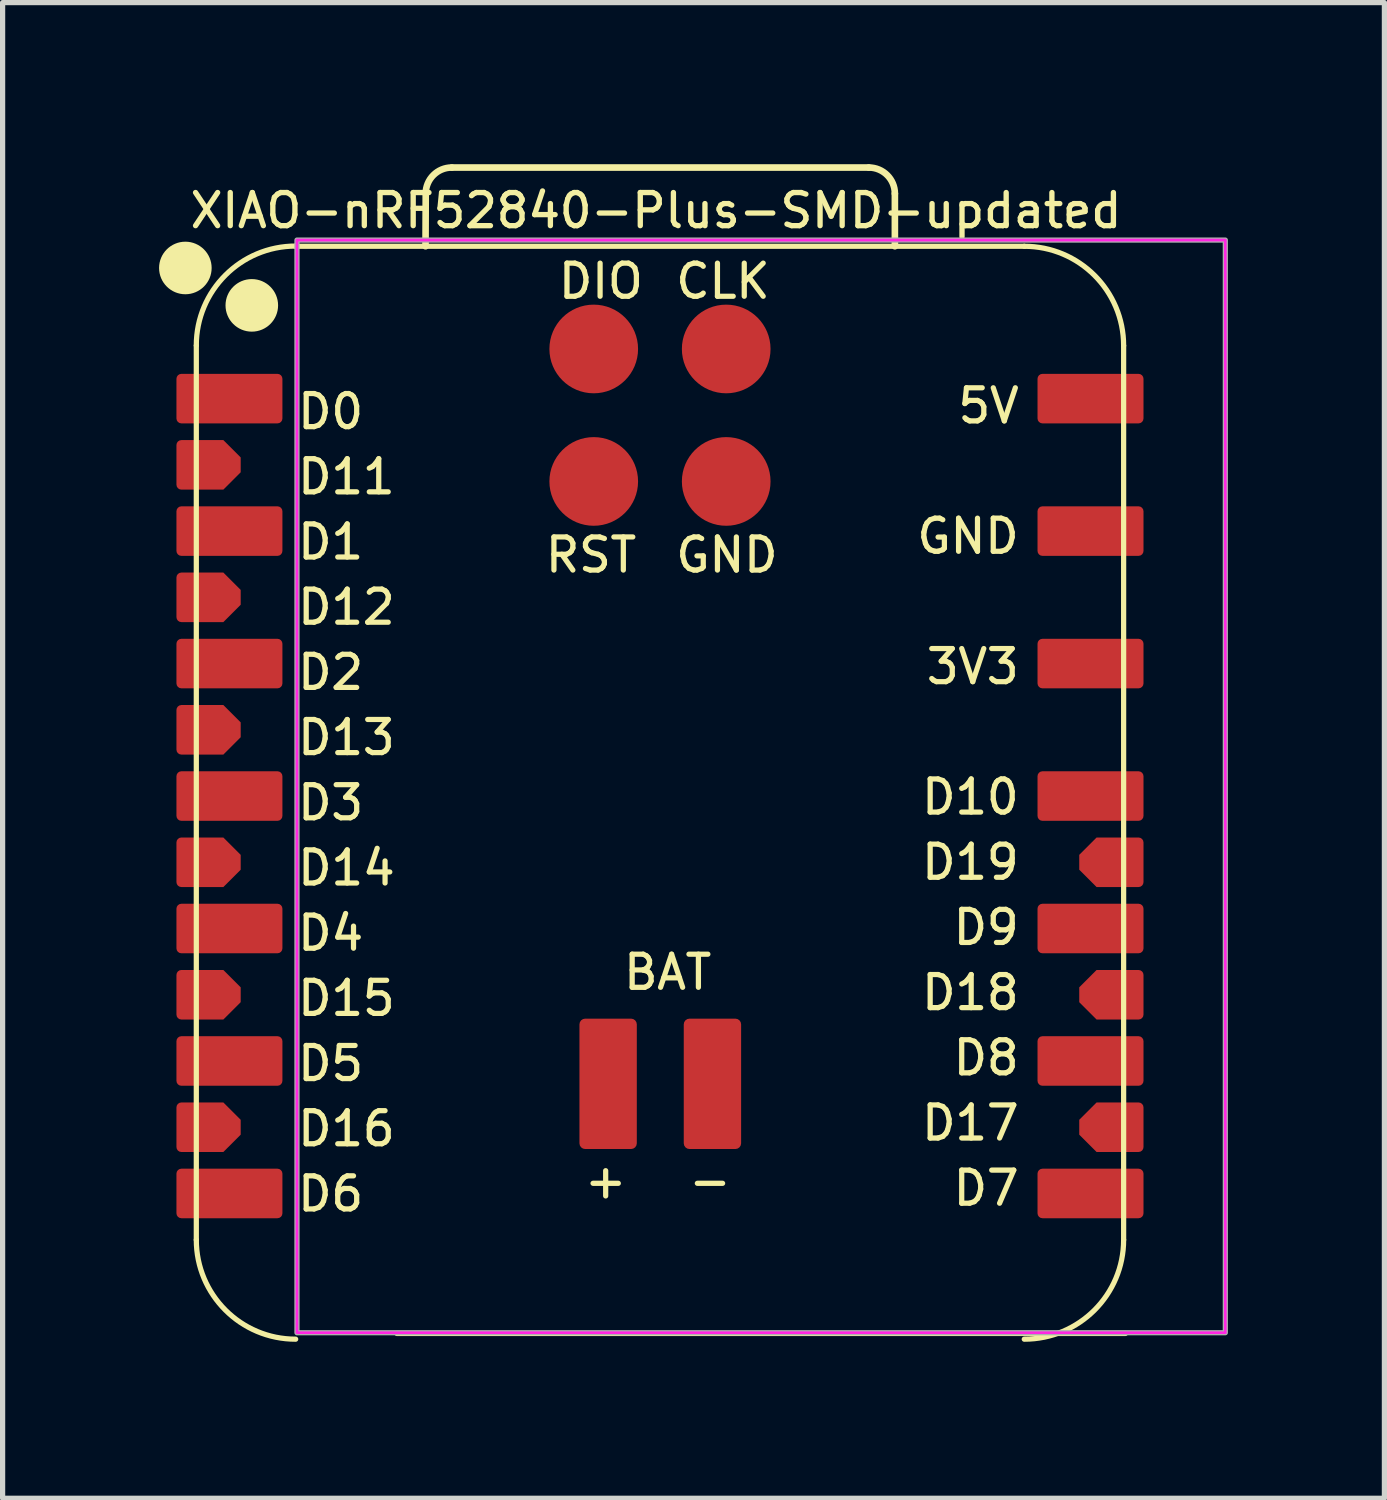
<source format=kicad_pcb>
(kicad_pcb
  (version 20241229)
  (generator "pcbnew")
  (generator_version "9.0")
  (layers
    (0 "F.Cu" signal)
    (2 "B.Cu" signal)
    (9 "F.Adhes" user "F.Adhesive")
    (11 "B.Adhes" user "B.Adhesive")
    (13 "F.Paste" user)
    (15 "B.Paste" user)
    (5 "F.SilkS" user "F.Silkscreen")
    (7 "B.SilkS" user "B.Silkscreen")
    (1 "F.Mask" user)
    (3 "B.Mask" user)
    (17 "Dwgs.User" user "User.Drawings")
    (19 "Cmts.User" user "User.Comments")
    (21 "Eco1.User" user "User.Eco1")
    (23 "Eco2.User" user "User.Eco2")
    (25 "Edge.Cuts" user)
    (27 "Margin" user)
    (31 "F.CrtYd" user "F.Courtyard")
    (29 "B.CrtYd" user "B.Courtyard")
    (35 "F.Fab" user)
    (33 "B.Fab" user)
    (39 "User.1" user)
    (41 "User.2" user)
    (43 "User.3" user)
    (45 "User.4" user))
  (footprint "XIAO-nRF52840-Plus-SMD-updated"
    (layer "F.Cu")
    (at 8.604 11.213)
    (property "Reference" "XIAO-nRF52840-Plus-SMD-updated" (at 0.925 -10.225 0) (unlocked yes) (layer "F.SilkS") (effects (font (size 0.635 0.635) (thickness 0.102))))
    (attr smd)
    (fp_line (start -7.89 9.509) (end -7.89 -7.636) (stroke (width 0.1) (type solid)) (layer "F.SilkS"))
    (fp_line (start -4.045 11.304) (end 9.925 11.304) (stroke (width 0.1) (type solid)) (layer "F.SilkS"))
    (fp_line (start -3.495 -9.541) (end -3.491 -10.551) (stroke (width 0.127) (type solid)) (layer "F.SilkS"))
    (fp_line (start -2.991 -11.051) (end 5.004 -11.051) (stroke (width 0.127) (type solid)) (layer "F.SilkS"))
    (fp_line (start 5.504 -10.551) (end 5.504 -9.541) (stroke (width 0.127) (type solid)) (layer "F.SilkS"))
    (fp_line (start 7.985 -9.541) (end -5.985 -9.541) (stroke (width 0.1) (type solid)) (layer "F.SilkS"))
    (fp_line (start 9.89 9.509) (end 9.89 -7.636) (stroke (width 0.1) (type solid)) (layer "F.SilkS"))
    (fp_arc (start -7.89 -7.64) (mid -7.332038 -8.987038) (end -5.985 -9.545) (stroke (width 0.1) (type solid)) (layer "F.SilkS"))
    (fp_arc (start -5.985 11.414) (mid -7.332038 10.856038) (end -7.89 9.509) (stroke (width 0.1) (type solid)) (layer "F.SilkS"))
    (fp_arc (start -3.491272 -10.551272) (mid -3.344724 -10.904644) (end -2.991272 -11.051) (stroke (width 0.127) (type default)) (layer "F.SilkS"))
    (fp_arc (start 5.004 -11.051) (mid 5.357524 -10.904524) (end 5.504 -10.551) (stroke (width 0.127) (type default)) (layer "F.SilkS"))
    (fp_arc (start 7.985 -9.541) (mid 9.332024 -8.983024) (end 9.89 -7.636) (stroke (width 0.1) (type solid)) (layer "F.SilkS"))
    (fp_arc (start 9.89 9.509) (mid 9.332038 10.856038) (end 7.985 11.414) (stroke (width 0.1) (type solid)) (layer "F.SilkS"))
    (fp_circle (center -8.1 -9.125) (end -8.1 -9.379) (stroke (width 0.5) (type solid)) (fill yes) (layer "F.SilkS"))
    (fp_circle (center -6.826 -8.408) (end -6.826 -8.662) (stroke (width 0.5) (type solid)) (fill yes) (layer "F.SilkS"))
    (fp_rect (start -5.96 -9.66) (end 11.84 11.29) (stroke (width 0.05) (type default)) (fill no) (layer "F.CrtYd"))
    (fp_rect (start -5.96 -9.66) (end 11.84 11.29) (stroke (width 0.1) (type default)) (fill no) (layer "F.Fab"))
    (fp_line (start -7.89 9.509) (end -7.89 -7.636) (stroke (width 0.025) (type solid)) (layer "User.1"))
    (fp_line (start -4.045 11.304) (end 9.925 11.304) (stroke (width 0.025) (type solid)) (layer "User.1"))
    (fp_line (start 7.985 -9.541) (end -5.985 -9.541) (stroke (width 0.025) (type solid)) (layer "User.1"))
    (fp_line (start 9.89 9.509) (end 9.89 -7.636) (stroke (width 0.025) (type solid)) (layer "User.1"))
    (fp_rect (start -0.87 -11.175) (end 6.75 -4.825) (stroke (width 0.076) (type default)) (fill no) (layer "User.1"))
    (fp_arc (start -7.89 -7.636) (mid -7.332038 -8.983038) (end -5.985 -9.541) (stroke (width 0.0254) (type solid)) (layer "User.1"))
    (fp_arc (start -5.985 11.414) (mid -7.332038 10.856038) (end -7.89 9.509) (stroke (width 0.0254) (type solid)) (layer "User.1"))
    (fp_arc (start 7.985 -9.541) (mid 9.332038 -8.983038) (end 9.89 -7.636) (stroke (width 0.0254) (type solid)) (layer "User.1"))
    (fp_arc (start 9.89 9.509) (mid 9.332038 10.856038) (end 7.985 11.414) (stroke (width 0.0254) (type solid)) (layer "User.1"))
    (fp_circle (center -7.89 -6.62) (end -7.89 -6.747) (stroke (width 0.025) (type default)) (fill no) (layer "User.1"))
    (fp_circle (center -7.89 -4.08) (end -7.89 -4.207) (stroke (width 0.025) (type default)) (fill no) (layer "User.1"))
    (fp_circle (center -7.89 -1.54) (end -7.89 -1.667) (stroke (width 0.025) (type default)) (fill no) (layer "User.1"))
    (fp_circle (center -7.89 1) (end -7.89 0.873) (stroke (width 0.025) (type default)) (fill no) (layer "User.1"))
    (fp_circle (center -7.89 3.54) (end -7.89 3.413) (stroke (width 0.025) (type default)) (fill no) (layer "User.1"))
    (fp_circle (center -7.89 6.08) (end -7.89 5.953) (stroke (width 0.025) (type default)) (fill no) (layer "User.1"))
    (fp_circle (center -7.89 8.62) (end -7.89 8.493) (stroke (width 0.025) (type default)) (fill no) (layer "User.1"))
    (fp_circle (center -6.62 -6.62) (end -6.62 -6.747) (stroke (width 0.025) (type default)) (fill no) (layer "User.1"))
    (fp_circle (center -6.62 -4.08) (end -6.62 -4.207) (stroke (width 0.025) (type default)) (fill no) (layer "User.1"))
    (fp_circle (center -6.62 -1.54) (end -6.62 -1.667) (stroke (width 0.025) (type default)) (fill no) (layer "User.1"))
    (fp_circle (center -6.62 1) (end -6.62 0.873) (stroke (width 0.025) (type default)) (fill no) (layer "User.1"))
    (fp_circle (center -6.62 3.54) (end -6.62 3.413) (stroke (width 0.025) (type default)) (fill no) (layer "User.1"))
    (fp_circle (center -6.62 6.08) (end -6.62 5.953) (stroke (width 0.025) (type default)) (fill no) (layer "User.1"))
    (fp_circle (center -6.62 8.62) (end -6.62 8.493) (stroke (width 0.025) (type default)) (fill no) (layer "User.1"))
    (fp_circle (center 8.62 -6.62) (end 8.62 -6.747) (stroke (width 0.025) (type default)) (fill no) (layer "User.1"))
    (fp_circle (center 8.62 -4.08) (end 8.62 -4.207) (stroke (width 0.025) (type default)) (fill no) (layer "User.1"))
    (fp_circle (center 8.62 -1.54) (end 8.62 -1.667) (stroke (width 0.025) (type default)) (fill no) (layer "User.1"))
    (fp_circle (center 8.62 1) (end 8.62 0.873) (stroke (width 0.025) (type default)) (fill no) (layer "User.1"))
    (fp_circle (center 8.62 3.54) (end 8.62 3.413) (stroke (width 0.025) (type default)) (fill no) (layer "User.1"))
    (fp_circle (center 8.62 6.08) (end 8.62 5.953) (stroke (width 0.025) (type default)) (fill no) (layer "User.1"))
    (fp_circle (center 8.62 8.62) (end 8.62 8.493) (stroke (width 0.025) (type default)) (fill no) (layer "User.1"))
    (fp_circle (center 9.89 -6.62) (end 9.89 -6.747) (stroke (width 0.025) (type default)) (fill no) (layer "User.1"))
    (fp_circle (center 9.89 -4.08) (end 9.89 -4.207) (stroke (width 0.025) (type default)) (fill no) (layer "User.1"))
    (fp_circle (center 9.89 -1.54) (end 9.89 -1.667) (stroke (width 0.025) (type default)) (fill no) (layer "User.1"))
    (fp_circle (center 9.89 1) (end 9.89 0.873) (stroke (width 0.025) (type default)) (fill no) (layer "User.1"))
    (fp_circle (center 9.89 3.54) (end 9.89 3.413) (stroke (width 0.025) (type default)) (fill no) (layer "User.1"))
    (fp_circle (center 9.89 6.08) (end 9.89 5.953) (stroke (width 0.025) (type default)) (fill no) (layer "User.1"))
    (fp_circle (center 9.89 8.62) (end 9.89 8.493) (stroke (width 0.025) (type default)) (fill no) (layer "User.1"))
    (fp_text user "D3" (at -6 1.5 0) (unlocked yes) (layer "F.SilkS") (effects (font (size 0.635 0.635) (thickness 0.1)) (justify left bottom)))
    (fp_text user "D0" (at -6 -6 0) (unlocked yes) (layer "F.SilkS") (effects (font (size 0.635 0.635) (thickness 0.1)) (justify left bottom)))
    (fp_text user "D11" (at -6 -4.75 0) (unlocked yes) (layer "F.SilkS") (effects (font (size 0.635 0.635) (thickness 0.1)) (justify left bottom)))
    (fp_text user "D12" (at -6 -2.25 0) (unlocked yes) (layer "F.SilkS") (effects (font (size 0.635 0.635) (thickness 0.1)) (justify left bottom)))
    (fp_text user "5V" (at 7.94 -6.11 0) (unlocked yes) (layer "F.SilkS") (effects (font (size 0.635 0.635) (thickness 0.1)) (justify right bottom)))
    (fp_text user "D19" (at 7.94 2.64 0) (unlocked yes) (layer "F.SilkS") (effects (font (size 0.635 0.635) (thickness 0.1)) (justify right bottom)))
    (fp_text user "D1" (at -6 -3.5 0) (unlocked yes) (layer "F.SilkS") (effects (font (size 0.635 0.635) (thickness 0.1)) (justify left bottom)))
    (fp_text user "D13" (at -6 0.25 0) (unlocked yes) (layer "F.SilkS") (effects (font (size 0.635 0.635) (thickness 0.1)) (justify left bottom)))
    (fp_text user "DIO" (at -1 -8.5 0) (unlocked yes) (layer "F.SilkS") (effects (font (size 0.635 0.635) (thickness 0.1)) (justify left bottom)))
    (fp_text user "-" (at 1.5 8.75 0) (unlocked yes) (layer "F.SilkS") (effects (font (size 0.635 0.635) (thickness 0.1)) (justify left bottom)))
    (fp_text user "D16" (at -6 7.75 0) (unlocked yes) (layer "F.SilkS") (effects (font (size 0.635 0.635) (thickness 0.1)) (justify left bottom)))
    (fp_text user "D18" (at 7.94 5.14 0) (unlocked yes) (layer "F.SilkS") (effects (font (size 0.635 0.635) (thickness 0.1)) (justify right bottom)))
    (fp_text user "D6" (at -6 9 0) (unlocked yes) (layer "F.SilkS") (effects (font (size 0.635 0.635) (thickness 0.1)) (justify left bottom)))
    (fp_text user "CLK" (at 1.25 -8.5 0) (unlocked yes) (layer "F.SilkS") (effects (font (size 0.635 0.635) (thickness 0.1)) (justify left bottom)))
    (fp_text user "RST" (at -1.25 -3.25 0) (unlocked yes) (layer "F.SilkS") (effects (font (size 0.635 0.635) (thickness 0.1)) (justify left bottom)))
    (fp_text user "3V3" (at 7.94 -1.11 0) (unlocked yes) (layer "F.SilkS") (effects (font (size 0.635 0.635) (thickness 0.1)) (justify right bottom)))
    (fp_text user "D17" (at 7.94 7.64 0) (unlocked yes) (layer "F.SilkS") (effects (font (size 0.635 0.635) (thickness 0.1)) (justify right bottom)))
    (fp_text user "GND" (at 1.25 -3.25 0) (unlocked yes) (layer "F.SilkS") (effects (font (size 0.635 0.635) (thickness 0.1)) (justify left bottom)))
    (fp_text user "D14" (at -6 2.75 0) (unlocked yes) (layer "F.SilkS") (effects (font (size 0.635 0.635) (thickness 0.1)) (justify left bottom)))
    (fp_text user "D4" (at -6 4 0) (unlocked yes) (layer "F.SilkS") (effects (font (size 0.635 0.635) (thickness 0.1)) (justify left bottom)))
    (fp_text user "D7" (at 7.94 8.89 0) (unlocked yes) (layer "F.SilkS") (effects (font (size 0.635 0.635) (thickness 0.1)) (justify right bottom)))
    (fp_text user "D15" (at -6 5.25 0) (unlocked yes) (layer "F.SilkS") (effects (font (size 0.635 0.635) (thickness 0.1)) (justify left bottom)))
    (fp_text user "+" (at -0.5 8.75 0) (unlocked yes) (layer "F.SilkS") (effects (font (size 0.635 0.635) (thickness 0.1)) (justify left bottom)))
    (fp_text user "GND" (at 7.94 -3.61 0) (unlocked yes) (layer "F.SilkS") (effects (font (size 0.635 0.635) (thickness 0.1)) (justify right bottom)))
    (fp_text user "D9" (at 7.94 3.89 0) (unlocked yes) (layer "F.SilkS") (effects (font (size 0.635 0.635) (thickness 0.1)) (justify right bottom)))
    (fp_text user "D8" (at 7.94 6.39 0) (unlocked yes) (layer "F.SilkS") (effects (font (size 0.635 0.635) (thickness 0.1)) (justify right bottom)))
    (fp_text user "BAT" (at 0.25 4.75 0) (unlocked yes) (layer "F.SilkS") (effects (font (size 0.635 0.635) (thickness 0.1)) (justify left bottom)))
    (fp_text user "D5" (at -6 6.5 0) (unlocked yes) (layer "F.SilkS") (effects (font (size 0.635 0.635) (thickness 0.1)) (justify left bottom)))
    (fp_text user "D10" (at 7.94 1.39 0) (unlocked yes) (layer "F.SilkS") (effects (font (size 0.635 0.635) (thickness 0.1)) (justify right bottom)))
    (fp_text user "D2" (at -6 -1 0) (unlocked yes) (layer "F.SilkS") (effects (font (size 0.635 0.635) (thickness 0.1)) (justify left bottom)))
    (pad "1" smd roundrect (at -7.255 -6.62 180) (size 2.032 0.95) (layers "F.Cu" "F.Mask" "F.Paste") (roundrect_rratio 0.1))
    (pad "2" smd roundrect (at -7.255 -4.08 180) (size 2.032 0.95) (layers "F.Cu" "F.Mask" "F.Paste") (roundrect_rratio 0.1))
    (pad "3" smd roundrect (at -7.255 -1.54 180) (size 2.032 0.95) (layers "F.Cu" "F.Mask" "F.Paste") (roundrect_rratio 0.1))
    (pad "4" smd roundrect (at -7.255 1 180) (size 2.032 0.95) (layers "F.Cu" "F.Mask" "F.Paste") (roundrect_rratio 0.1))
    (pad "5" smd roundrect (at -7.255 3.54 180) (size 2.032 0.95) (layers "F.Cu" "F.Mask" "F.Paste") (roundrect_rratio 0.1))
    (pad "6" smd roundrect (at -7.255 6.08 180) (size 2.032 0.95) (layers "F.Cu" "F.Mask" "F.Paste") (roundrect_rratio 0.1))
    (pad "7" smd roundrect (at -7.255 8.62 180) (size 2.032 0.95) (layers "F.Cu" "F.Mask" "F.Paste") (roundrect_rratio 0.1))
    (pad "8" smd roundrect (at 9.255 8.62) (size 2.032 0.95) (layers "F.Cu" "F.Mask" "F.Paste") (roundrect_rratio 0.1))
    (pad "9" smd roundrect (at 9.255 6.08) (size 2.032 0.95) (layers "F.Cu" "F.Mask" "F.Paste") (roundrect_rratio 0.1))
    (pad "10" smd roundrect (at 9.255 3.54) (size 2.032 0.95) (layers "F.Cu" "F.Mask" "F.Paste") (roundrect_rratio 0.1))
    (pad "11" smd roundrect (at 9.255 1) (size 2.032 0.95) (layers "F.Cu" "F.Mask" "F.Paste") (roundrect_rratio 0.1))
    (pad "12" smd roundrect (at 9.255 -1.54) (size 2.032 0.95) (layers "F.Cu" "F.Mask" "F.Paste") (roundrect_rratio 0.1))
    (pad "13" smd roundrect (at 9.255 -4.08) (size 2.032 0.95) (layers "F.Cu" "F.Mask" "F.Paste") (roundrect_rratio 0.1))
    (pad "14" smd roundrect (at 9.255 -6.62) (size 2.032 0.95) (layers "F.Cu" "F.Mask" "F.Paste") (roundrect_rratio 0.1))
    (pad "15" smd roundrect (at -7.655 -5.35 180) (size 1.232 0.95) (layers "F.Cu" "F.Mask" "F.Paste") (roundrect_rratio 0.1) (chamfer_ratio 0.35) (chamfer top_left bottom_left))
    (pad "16" smd roundrect (at -7.655 -2.81 180) (size 1.232 0.95) (layers "F.Cu" "F.Mask" "F.Paste") (roundrect_rratio 0.1) (chamfer_ratio 0.35) (chamfer top_left bottom_left))
    (pad "17" smd roundrect (at -7.655 -0.27 180) (size 1.232 0.95) (layers "F.Cu" "F.Mask" "F.Paste") (roundrect_rratio 0.1) (chamfer_ratio 0.35) (chamfer top_left bottom_left))
    (pad "18" smd roundrect (at -7.655 2.27 180) (size 1.232 0.95) (layers "F.Cu" "F.Mask" "F.Paste") (roundrect_rratio 0.1) (chamfer_ratio 0.35) (chamfer top_left bottom_left))
    (pad "19" smd roundrect (at -7.655 4.81 180) (size 1.232 0.95) (layers "F.Cu" "F.Mask" "F.Paste") (roundrect_rratio 0.1) (chamfer_ratio 0.35) (chamfer top_left bottom_left))
    (pad "20" smd roundrect (at -7.655 7.35 180) (size 1.232 0.95) (layers "F.Cu" "F.Mask" "F.Paste") (roundrect_rratio 0.1) (chamfer_ratio 0.35) (chamfer top_left bottom_left))
    (pad "21" smd roundrect (at 9.655 7.35) (size 1.232 0.95) (layers "F.Cu" "F.Mask" "F.Paste") (roundrect_rratio 0.1) (chamfer_ratio 0.35) (chamfer top_left bottom_left))
    (pad "22" smd roundrect (at 9.655 4.81) (size 1.232 0.95) (layers "F.Cu" "F.Mask" "F.Paste") (roundrect_rratio 0.1) (chamfer_ratio 0.35) (chamfer top_left bottom_left))
    (pad "23" smd roundrect (at 9.655 2.27) (size 1.232 0.95) (layers "F.Cu" "F.Mask" "F.Paste") (roundrect_rratio 0.1) (chamfer_ratio 0.35) (chamfer top_left bottom_left))
    (pad "24" smd circle (at -0.27 -7.572) (size 1.7 1.7) (layers "F.Cu" "F.Mask" "F.Paste"))
    (pad "25" smd circle (at 2.27 -7.572) (size 1.7 1.7) (layers "F.Cu" "F.Mask" "F.Paste"))
    (pad "26" smd circle (at -0.27 -5.032) (size 1.7 1.7) (layers "F.Cu" "F.Mask" "F.Paste"))
    (pad "27" smd circle (at 2.27 -5.032) (size 1.7 1.7) (layers "F.Cu" "F.Mask" "F.Paste"))
    (pad "32" smd roundrect (at 0.006 6.518 270) (size 2.5 1.1) (layers "F.Cu" "F.Mask" "F.Paste") (roundrect_rratio 0.1))
    (pad "33" smd roundrect (at 2.006 6.518 270) (size 2.5 1.1) (layers "F.Cu" "F.Mask" "F.Paste") (roundrect_rratio 0.1)))
  (gr_rect
    (start -3 -3)
    (end 23.494 25.677)
    (stroke (width 0.1) (type default))
    (fill no)
    (layer "Edge.Cuts")))
</source>
